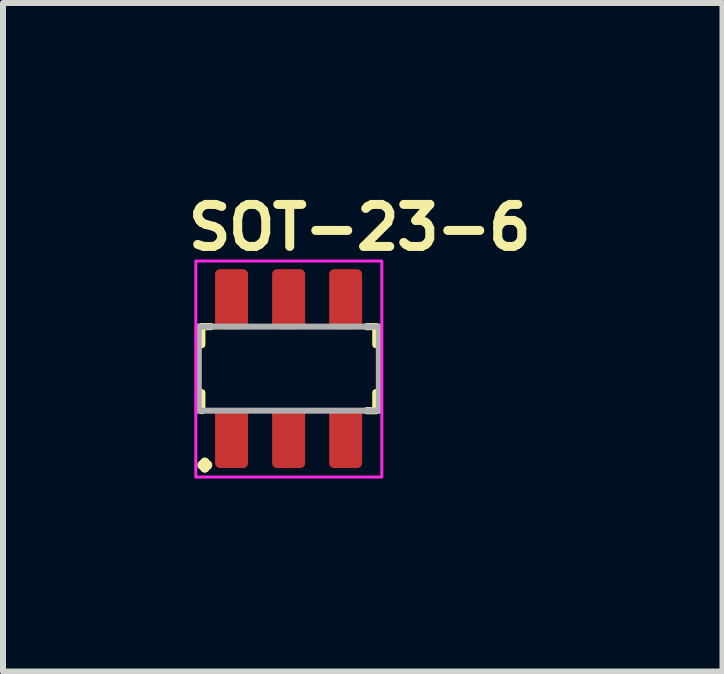
<source format=kicad_pcb>
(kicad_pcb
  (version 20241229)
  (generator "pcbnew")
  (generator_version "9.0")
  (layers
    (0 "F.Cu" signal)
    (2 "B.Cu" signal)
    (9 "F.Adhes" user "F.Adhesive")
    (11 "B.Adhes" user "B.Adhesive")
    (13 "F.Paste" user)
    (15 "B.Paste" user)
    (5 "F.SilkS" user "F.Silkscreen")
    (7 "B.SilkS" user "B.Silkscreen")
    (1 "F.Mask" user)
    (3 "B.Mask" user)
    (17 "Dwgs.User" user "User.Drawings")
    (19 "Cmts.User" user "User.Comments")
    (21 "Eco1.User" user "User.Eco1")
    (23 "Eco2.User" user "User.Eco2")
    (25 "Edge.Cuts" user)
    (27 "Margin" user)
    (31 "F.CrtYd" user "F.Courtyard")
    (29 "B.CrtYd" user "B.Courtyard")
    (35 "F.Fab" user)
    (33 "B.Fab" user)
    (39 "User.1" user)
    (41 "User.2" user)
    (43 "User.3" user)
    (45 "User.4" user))
  (footprint "SOT-23-6"
    (layer "F.Cu")
    (at 1.763 3.15)
    (property "Reference" "SOT-23-6" (at -1.75 -2 0) (layer "F.SilkS") (effects (font (size 0.7 0.7) (thickness 0.15)) (justify left bottom)))
    (attr smd)
    (fp_line (start -1.45 -0.757) (end -1.45 -0.457) (stroke (width 0.12) (type solid)) (layer "F.SilkS"))
    (fp_line (start -1.45 0.643) (end -1.45 0.343) (stroke (width 0.12) (type solid)) (layer "F.SilkS"))
    (fp_line (start -1.3 -0.757) (end -1.45 -0.757) (stroke (width 0.12) (type solid)) (layer "F.SilkS"))
    (fp_line (start 1.3 -0.757) (end 1.45 -0.757) (stroke (width 0.12) (type solid)) (layer "F.SilkS"))
    (fp_line (start 1.3 0.643) (end 1.45 0.643) (stroke (width 0.12) (type solid)) (layer "F.SilkS"))
    (fp_line (start 1.45 -0.757) (end 1.45 -0.457) (stroke (width 0.12) (type solid)) (layer "F.SilkS"))
    (fp_line (start 1.45 0.643) (end 1.45 0.343) (stroke (width 0.12) (type solid)) (layer "F.SilkS"))
    (fp_rect (start -1.55 -1.85) (end 1.55 1.75) (stroke (width 0.05) (type solid)) (fill no) (layer "F.CrtYd"))
    (fp_line (start -1.5 -0.757) (end 1.5 -0.757) (stroke (width 0.1) (type solid)) (layer "F.Fab"))
    (fp_line (start -1.5 0.643) (end -1.5 -0.757) (stroke (width 0.1) (type solid)) (layer "F.Fab"))
    (fp_line (start 1.5 -0.757) (end 1.5 0.643) (stroke (width 0.1) (type solid)) (layer "F.Fab"))
    (fp_line (start 1.5 0.643) (end -1.5 0.643) (stroke (width 0.1) (type solid)) (layer "F.Fab"))
    (fp_rect (start -1.397 -1.271) (end 1.396 1.154) (stroke (width 0.1) (type solid)) (fill no) (layer "User.5"))
    (fp_line (start -1.397 -0.686) (end -1.182 -0.686) (stroke (width 0.02) (type solid)) (layer "User.9"))
    (fp_line (start -1.397 0.584) (end -1.397 -0.686) (stroke (width 0.02) (type solid)) (layer "User.9"))
    (fp_line (start -1.397 0.584) (end -1.214 0.399) (stroke (width 0.02) (type solid)) (layer "User.9"))
    (fp_line (start -1.214 -0.501) (end -1.397 -0.686) (stroke (width 0.02) (type solid)) (layer "User.9"))
    (fp_line (start -1.214 -0.501) (end -1.214 0.399) (stroke (width 0.02) (type solid)) (layer "User.9"))
    (fp_line (start -1.214 0.399) (end 1.211 0.399) (stroke (width 0.02) (type solid)) (layer "User.9"))
    (fp_line (start -1.182 -1.271) (end -0.724 -1.271) (stroke (width 0.02) (type solid)) (layer "User.9"))
    (fp_line (start -1.182 -1.067) (end -1.182 -1.271) (stroke (width 0.02) (type solid)) (layer "User.9"))
    (fp_line (start -1.182 -0.992) (end -1.182 -1.067) (stroke (width 0.02) (type solid)) (layer "User.9"))
    (fp_line (start -1.182 -0.992) (end -0.724 -0.992) (stroke (width 0.02) (type solid)) (layer "User.9"))
    (fp_line (start -1.182 -0.713) (end -1.182 -0.992) (stroke (width 0.02) (type solid)) (layer "User.9"))
    (fp_line (start -1.182 -0.677) (end -1.182 -0.713) (stroke (width 0.02) (type solid)) (layer "User.9"))
    (fp_line (start -1.182 0.574) (end -1.182 0.597) (stroke (width 0.02) (type solid)) (layer "User.9"))
    (fp_line (start -1.182 0.574) (end -0.724 0.574) (stroke (width 0.02) (type solid)) (layer "User.9"))
    (fp_line (start -1.182 0.584) (end -1.397 0.584) (stroke (width 0.02) (type solid)) (layer "User.9"))
    (fp_line (start -1.182 0.597) (end -1.182 0.876) (stroke (width 0.02) (type solid)) (layer "User.9"))
    (fp_line (start -1.182 0.876) (end -1.182 0.952) (stroke (width 0.02) (type solid)) (layer "User.9"))
    (fp_line (start -1.182 0.952) (end -1.182 1.154) (stroke (width 0.02) (type solid)) (layer "User.9"))
    (fp_line (start -0.724 -1.067) (end -0.724 -1.271) (stroke (width 0.02) (type solid)) (layer "User.9"))
    (fp_line (start -0.724 -0.992) (end -0.724 -1.067) (stroke (width 0.02) (type solid)) (layer "User.9"))
    (fp_line (start -0.724 -0.713) (end -0.724 -0.992) (stroke (width 0.02) (type solid)) (layer "User.9"))
    (fp_line (start -0.724 -0.686) (end -0.23 -0.686) (stroke (width 0.02) (type solid)) (layer "User.9"))
    (fp_line (start -0.724 -0.677) (end -1.182 -0.677) (stroke (width 0.02) (type solid)) (layer "User.9"))
    (fp_line (start -0.724 -0.677) (end -0.724 -0.713) (stroke (width 0.02) (type solid)) (layer "User.9"))
    (fp_line (start -0.724 0.574) (end -0.724 0.597) (stroke (width 0.02) (type solid)) (layer "User.9"))
    (fp_line (start -0.724 0.597) (end -0.724 0.876) (stroke (width 0.02) (type solid)) (layer "User.9"))
    (fp_line (start -0.724 0.876) (end -1.182 0.876) (stroke (width 0.02) (type solid)) (layer "User.9"))
    (fp_line (start -0.724 0.876) (end -0.724 0.952) (stroke (width 0.02) (type solid)) (layer "User.9"))
    (fp_line (start -0.724 0.952) (end -0.724 1.154) (stroke (width 0.02) (type solid)) (layer "User.9"))
    (fp_line (start -0.724 1.154) (end -1.182 1.154) (stroke (width 0.02) (type solid)) (layer "User.9"))
    (fp_line (start -0.23 -1.271) (end 0.228 -1.271) (stroke (width 0.02) (type solid)) (layer "User.9"))
    (fp_line (start -0.23 -1.067) (end -0.23 -1.271) (stroke (width 0.02) (type solid)) (layer "User.9"))
    (fp_line (start -0.23 -0.992) (end -0.23 -1.067) (stroke (width 0.02) (type solid)) (layer "User.9"))
    (fp_line (start -0.23 -0.992) (end 0.228 -0.992) (stroke (width 0.02) (type solid)) (layer "User.9"))
    (fp_line (start -0.23 -0.713) (end -0.23 -0.992) (stroke (width 0.02) (type solid)) (layer "User.9"))
    (fp_line (start -0.23 -0.677) (end -0.23 -0.713) (stroke (width 0.02) (type solid)) (layer "User.9"))
    (fp_line (start -0.23 0.574) (end -0.23 0.597) (stroke (width 0.02) (type solid)) (layer "User.9"))
    (fp_line (start -0.23 0.574) (end 0.228 0.574) (stroke (width 0.02) (type solid)) (layer "User.9"))
    (fp_line (start -0.23 0.584) (end -0.724 0.584) (stroke (width 0.02) (type solid)) (layer "User.9"))
    (fp_line (start -0.23 0.597) (end -0.23 0.876) (stroke (width 0.02) (type solid)) (layer "User.9"))
    (fp_line (start -0.23 0.876) (end -0.23 0.952) (stroke (width 0.02) (type solid)) (layer "User.9"))
    (fp_line (start -0.23 0.952) (end -0.23 1.154) (stroke (width 0.02) (type solid)) (layer "User.9"))
    (fp_line (start 0.228 -1.067) (end 0.228 -1.271) (stroke (width 0.02) (type solid)) (layer "User.9"))
    (fp_line (start 0.228 -0.992) (end 0.228 -1.067) (stroke (width 0.02) (type solid)) (layer "User.9"))
    (fp_line (start 0.228 -0.713) (end 0.228 -0.992) (stroke (width 0.02) (type solid)) (layer "User.9"))
    (fp_line (start 0.228 -0.686) (end 0.722 -0.686) (stroke (width 0.02) (type solid)) (layer "User.9"))
    (fp_line (start 0.228 -0.677) (end -0.23 -0.677) (stroke (width 0.02) (type solid)) (layer "User.9"))
    (fp_line (start 0.228 -0.677) (end 0.228 -0.713) (stroke (width 0.02) (type solid)) (layer "User.9"))
    (fp_line (start 0.228 0.574) (end 0.228 0.597) (stroke (width 0.02) (type solid)) (layer "User.9"))
    (fp_line (start 0.228 0.597) (end 0.228 0.876) (stroke (width 0.02) (type solid)) (layer "User.9"))
    (fp_line (start 0.228 0.876) (end -0.23 0.876) (stroke (width 0.02) (type solid)) (layer "User.9"))
    (fp_line (start 0.228 0.876) (end 0.228 0.952) (stroke (width 0.02) (type solid)) (layer "User.9"))
    (fp_line (start 0.228 0.952) (end 0.228 1.154) (stroke (width 0.02) (type solid)) (layer "User.9"))
    (fp_line (start 0.228 1.154) (end -0.23 1.154) (stroke (width 0.02) (type solid)) (layer "User.9"))
    (fp_line (start 0.722 -1.271) (end 1.181 -1.271) (stroke (width 0.02) (type solid)) (layer "User.9"))
    (fp_line (start 0.722 -1.067) (end 0.722 -1.271) (stroke (width 0.02) (type solid)) (layer "User.9"))
    (fp_line (start 0.722 -0.992) (end 0.722 -1.067) (stroke (width 0.02) (type solid)) (layer "User.9"))
    (fp_line (start 0.722 -0.992) (end 1.181 -0.992) (stroke (width 0.02) (type solid)) (layer "User.9"))
    (fp_line (start 0.722 -0.713) (end 0.722 -0.992) (stroke (width 0.02) (type solid)) (layer "User.9"))
    (fp_line (start 0.722 -0.677) (end 0.722 -0.713) (stroke (width 0.02) (type solid)) (layer "User.9"))
    (fp_line (start 0.722 0.574) (end 0.722 0.597) (stroke (width 0.02) (type solid)) (layer "User.9"))
    (fp_line (start 0.722 0.574) (end 1.181 0.574) (stroke (width 0.02) (type solid)) (layer "User.9"))
    (fp_line (start 0.722 0.584) (end 0.228 0.584) (stroke (width 0.02) (type solid)) (layer "User.9"))
    (fp_line (start 0.722 0.597) (end 0.722 0.876) (stroke (width 0.02) (type solid)) (layer "User.9"))
    (fp_line (start 0.722 0.876) (end 0.722 0.952) (stroke (width 0.02) (type solid)) (layer "User.9"))
    (fp_line (start 0.722 0.952) (end 0.722 1.154) (stroke (width 0.02) (type solid)) (layer "User.9"))
    (fp_line (start 1.181 -1.067) (end 1.181 -1.271) (stroke (width 0.02) (type solid)) (layer "User.9"))
    (fp_line (start 1.181 -0.992) (end 1.181 -1.067) (stroke (width 0.02) (type solid)) (layer "User.9"))
    (fp_line (start 1.181 -0.713) (end 1.181 -0.992) (stroke (width 0.02) (type solid)) (layer "User.9"))
    (fp_line (start 1.181 -0.686) (end 1.396 -0.686) (stroke (width 0.02) (type solid)) (layer "User.9"))
    (fp_line (start 1.181 -0.677) (end 0.722 -0.677) (stroke (width 0.02) (type solid)) (layer "User.9"))
    (fp_line (start 1.181 -0.677) (end 1.181 -0.713) (stroke (width 0.02) (type solid)) (layer "User.9"))
    (fp_line (start 1.181 0.574) (end 1.181 0.597) (stroke (width 0.02) (type solid)) (layer "User.9"))
    (fp_line (start 1.181 0.597) (end 1.181 0.876) (stroke (width 0.02) (type solid)) (layer "User.9"))
    (fp_line (start 1.181 0.876) (end 0.722 0.876) (stroke (width 0.02) (type solid)) (layer "User.9"))
    (fp_line (start 1.181 0.876) (end 1.181 0.952) (stroke (width 0.02) (type solid)) (layer "User.9"))
    (fp_line (start 1.181 0.952) (end 1.181 1.154) (stroke (width 0.02) (type solid)) (layer "User.9"))
    (fp_line (start 1.181 1.154) (end 0.722 1.154) (stroke (width 0.02) (type solid)) (layer "User.9"))
    (fp_line (start 1.211 -0.501) (end -1.214 -0.501) (stroke (width 0.02) (type solid)) (layer "User.9"))
    (fp_line (start 1.211 -0.501) (end 1.396 -0.686) (stroke (width 0.02) (type solid)) (layer "User.9"))
    (fp_line (start 1.211 0.399) (end 1.211 -0.501) (stroke (width 0.02) (type solid)) (layer "User.9"))
    (fp_line (start 1.396 -0.686) (end 1.396 0.584) (stroke (width 0.02) (type solid)) (layer "User.9"))
    (fp_line (start 1.396 0.584) (end 1.181 0.584) (stroke (width 0.02) (type solid)) (layer "User.9"))
    (fp_line (start 1.396 0.584) (end 1.211 0.399) (stroke (width 0.02) (type solid)) (layer "User.9"))
    (fp_text user "." (at -1.4 1.143 180) (layer "F.SilkS") (effects (font (size 1 1) (thickness 0.15))))
    (pad "1" smd roundrect (at -0.954 1.1) (size 0.55 1) (layers "F.Cu" "F.Mask" "F.Paste") (roundrect_rratio 0.15))
    (pad "2" smd roundrect (at -0.003 1.1) (size 0.55 1) (layers "F.Cu" "F.Mask" "F.Paste") (roundrect_rratio 0.15))
    (pad "3" smd roundrect (at 0.947 1.1) (size 0.55 1) (layers "F.Cu" "F.Mask" "F.Paste") (roundrect_rratio 0.15))
    (pad "4" smd roundrect (at 0.947 -1.214) (size 0.55 1) (layers "F.Cu" "F.Mask" "F.Paste") (roundrect_rratio 0.15))
    (pad "5" smd roundrect (at -0.003 -1.214) (size 0.55 1) (layers "F.Cu" "F.Mask" "F.Paste") (roundrect_rratio 0.15))
    (pad "6" smd roundrect (at -0.954 -1.214) (size 0.55 1) (layers "F.Cu" "F.Mask" "F.Paste") (roundrect_rratio 0.15)))
  (gr_rect
    (start -3 -3)
    (end 8.99 8.141)
    (stroke (width 0.1) (type default))
    (fill no)
    (layer "Edge.Cuts")))
</source>
